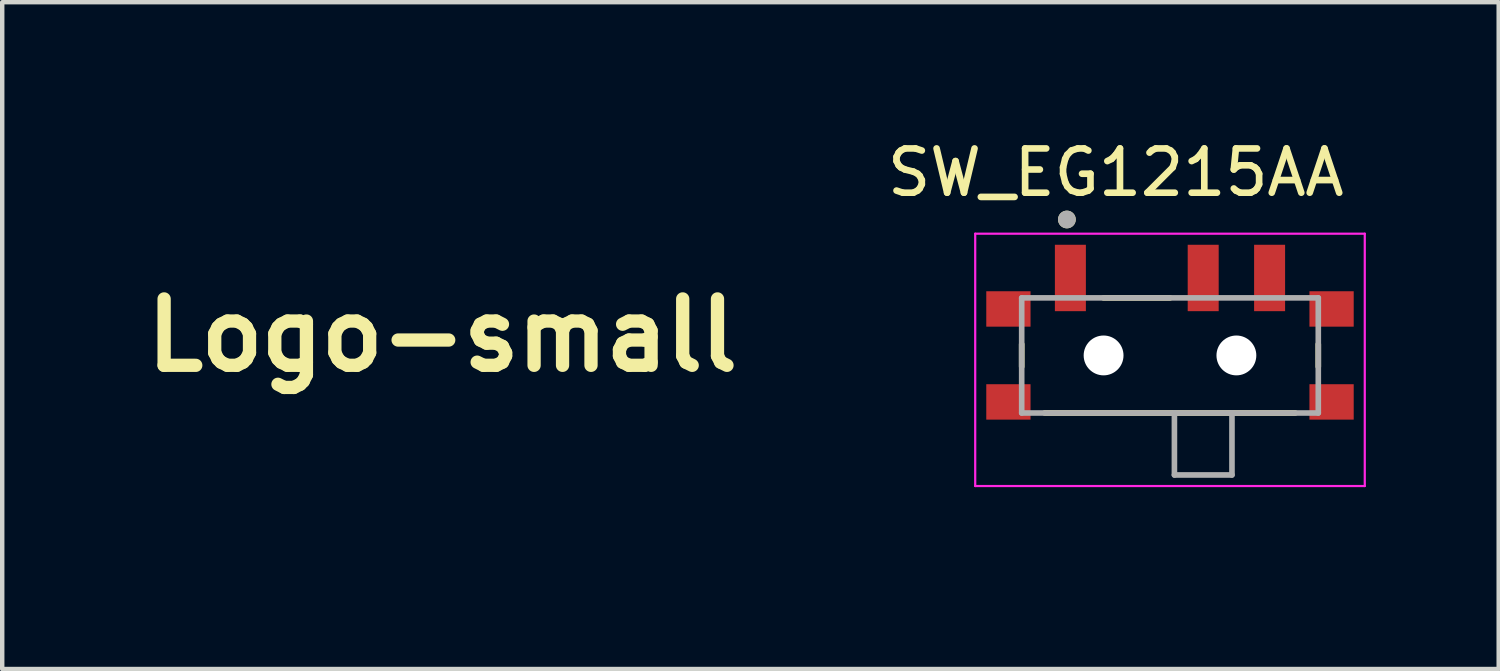
<source format=kicad_pcb>
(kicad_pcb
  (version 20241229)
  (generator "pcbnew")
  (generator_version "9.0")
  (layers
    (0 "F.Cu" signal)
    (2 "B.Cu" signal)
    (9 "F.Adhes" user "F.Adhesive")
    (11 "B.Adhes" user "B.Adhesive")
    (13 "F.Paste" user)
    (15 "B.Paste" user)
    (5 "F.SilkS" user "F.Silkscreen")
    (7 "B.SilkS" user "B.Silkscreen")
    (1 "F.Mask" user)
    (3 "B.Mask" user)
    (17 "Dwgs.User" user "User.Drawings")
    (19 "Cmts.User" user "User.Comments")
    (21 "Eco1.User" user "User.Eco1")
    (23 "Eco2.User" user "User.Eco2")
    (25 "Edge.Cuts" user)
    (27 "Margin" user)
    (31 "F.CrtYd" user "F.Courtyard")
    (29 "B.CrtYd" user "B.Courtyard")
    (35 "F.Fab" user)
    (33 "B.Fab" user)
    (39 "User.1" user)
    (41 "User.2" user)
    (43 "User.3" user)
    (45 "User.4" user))
  (footprint "SW_EG1215AA"
    (layer "F.Cu")
    (at 23.379 4.979)
    (property "Reference" "SW_EG1215AA" (at -1.225 -4.131 0) (layer "F.SilkS") (effects (font (size 1 1) (thickness 0.15))))
    (attr smd)
    (fp_line (start -3.35 -0.254) (end -3.35 0.254) (stroke (width 0.127) (type solid)) (layer "F.SilkS"))
    (fp_line (start -2.83 1.3) (end 2.83 1.3) (stroke (width 0.127) (type solid)) (layer "F.SilkS"))
    (fp_line (start -1.5 -1.3) (end 0 -1.3) (stroke (width 0.127) (type solid)) (layer "F.SilkS"))
    (fp_line (start 3.35 -0.254) (end 3.35 0.254) (stroke (width 0.127) (type solid)) (layer "F.SilkS"))
    (fp_circle (center -2.329 -3.071) (end -2.229 -3.071) (stroke (width 0.2) (type solid)) (fill no) (layer "F.SilkS"))
    (fp_line (start -4.4 -2.75) (end -4.4 2.95) (stroke (width 0.05) (type solid)) (layer "F.CrtYd"))
    (fp_line (start -4.4 2.95) (end 4.4 2.95) (stroke (width 0.05) (type solid)) (layer "F.CrtYd"))
    (fp_line (start 4.4 -2.75) (end -4.4 -2.75) (stroke (width 0.05) (type solid)) (layer "F.CrtYd"))
    (fp_line (start 4.4 2.95) (end 4.4 -2.75) (stroke (width 0.05) (type solid)) (layer "F.CrtYd"))
    (fp_line (start -3.35 -1.3) (end 3.35 -1.3) (stroke (width 0.127) (type solid)) (layer "F.Fab"))
    (fp_line (start -3.35 1.3) (end -3.35 -1.3) (stroke (width 0.127) (type solid)) (layer "F.Fab"))
    (fp_line (start 0.1 1.3) (end -3.35 1.3) (stroke (width 0.127) (type solid)) (layer "F.Fab"))
    (fp_line (start 0.1 1.3) (end 0.1 2.7) (stroke (width 0.127) (type solid)) (layer "F.Fab"))
    (fp_line (start 0.1 1.3) (end 1.4 1.3) (stroke (width 0.127) (type solid)) (layer "F.Fab"))
    (fp_line (start 0.1 2.7) (end 1.4 2.7) (stroke (width 0.127) (type solid)) (layer "F.Fab"))
    (fp_line (start 1.4 2.7) (end 1.4 1.3) (stroke (width 0.127) (type solid)) (layer "F.Fab"))
    (fp_line (start 3.35 -1.3) (end 3.35 1.3) (stroke (width 0.127) (type solid)) (layer "F.Fab"))
    (fp_line (start 3.35 1.3) (end 1.4 1.3) (stroke (width 0.127) (type solid)) (layer "F.Fab"))
    (fp_circle (center -2.329 -3.071) (end -2.229 -3.071) (stroke (width 0.2) (type solid)) (fill no) (layer "F.Fab"))
    (pad "" np_thru_hole circle (at -1.5 0) (size 0.9 0.9) (drill 0.9) (layers "*.Cu" "*.Mask"))
    (pad "" np_thru_hole circle (at 1.5 0) (size 0.9 0.9) (drill 0.9) (layers "*.Cu" "*.Mask"))
    (pad "1" smd rect (at -2.25 -1.75) (size 0.7 1.5) (layers "F.Cu" "F.Mask" "F.Paste"))
    (pad "2" smd rect (at 0.75 -1.75) (size 0.7 1.5) (layers "F.Cu" "F.Mask" "F.Paste"))
    (pad "3" smd rect (at 2.25 -1.75) (size 0.7 1.5) (layers "F.Cu" "F.Mask" "F.Paste"))
    (pad "S1" smd rect (at -3.65 -1.05) (size 1 0.8) (layers "F.Cu" "F.Mask" "F.Paste"))
    (pad "S2" smd rect (at -3.65 1.05) (size 1 0.8) (layers "F.Cu" "F.Mask" "F.Paste"))
    (pad "S3" smd rect (at 3.65 1.05) (size 1 0.8) (layers "F.Cu" "F.Mask" "F.Paste"))
    (pad "S4" smd rect (at 3.65 -1.05) (size 1 0.8) (layers "F.Cu" "F.Mask" "F.Paste")))
  (footprint "Logo-small"
    (layer "F.Cu")
    (at 6.943 4.524)
    (property "Reference" "Logo-small" (at 0 0 0) (layer "F.SilkS") (effects (font (size 1.5 1.5) (thickness 0.3))))
    (attr board_only exclude_from_pos_files exclude_from_bom)
    (fp_poly (pts (xy 1.279 2.668) (xy 1.771 2.677) (xy 2.242 2.692) (xy 2.697 2.714) (xy 3.143 2.743) (xy 3.584 2.779) (xy 4.025 2.823) (xy 4.471 2.874) (xy 4.498 2.878) (xy 4.623 2.893) (xy 4.72 2.905) (xy 4.794 2.915) (xy 4.848 2.927) (xy 4.886 2.942) (xy 4.911 2.963) (xy 4.929 2.99) (xy 4.941 3.027) (xy 4.952 3.076) (xy 4.965 3.138) (xy 4.966 3.142) (xy 4.98 3.212) (xy 4.991 3.293) (xy 4.998 3.393) (xy 5.004 3.515) (xy 5.006 3.575) (xy 5.009 3.738) (xy 5.006 3.88) (xy 4.998 4.013) (xy 4.982 4.148) (xy 4.959 4.295) (xy 4.946 4.363) (xy 4.931 4.44) (xy 4.919 4.491) (xy 4.909 4.521) (xy 4.897 4.535) (xy 4.883 4.54) (xy 4.881 4.54) (xy 4.857 4.538) (xy 4.807 4.532) (xy 4.735 4.524) (xy 4.646 4.513) (xy 4.546 4.5) (xy 4.487 4.493) (xy 3.997 4.434) (xy 3.482 4.383) (xy 2.949 4.339) (xy 2.404 4.302) (xy 2.089 4.285) (xy 1.972 4.281) (xy 1.827 4.277) (xy 1.66 4.273) (xy 1.475 4.271) (xy 1.275 4.269) (xy 1.065 4.267) (xy 0.849 4.266) (xy 0.631 4.266) (xy 0.415 4.267) (xy 0.206 4.268) (xy 0.007 4.271) (xy -0.177 4.273) (xy -0.343 4.277) (xy -0.485 4.281) (xy -0.601 4.285) (xy -0.605 4.286) (xy -1.229 4.321) (xy -1.822 4.363) (xy -2.384 4.41) (xy -2.915 4.463) (xy -3.306 4.509) (xy -3.415 4.522) (xy -3.498 4.532) (xy -3.558 4.537) (xy -3.599 4.536) (xy -3.626 4.528) (xy -3.643 4.511) (xy -3.654 4.486) (xy -3.664 4.45) (xy -3.673 4.418) (xy -3.707 4.281) (xy -3.732 4.155) (xy -3.748 4.03) (xy -3.758 3.895) (xy -3.761 3.741) (xy -3.761 3.715) (xy -3.76 3.581) (xy -3.754 3.468) (xy -3.744 3.368) (xy -3.727 3.27) (xy -3.703 3.165) (xy -3.673 3.053) (xy -3.641 2.941) (xy -3.45 2.916) (xy -2.879 2.846) (xy -2.294 2.788) (xy -1.69 2.741) (xy -1.067 2.706) (xy -0.421 2.681) (xy 0.25 2.668) (xy 0.762 2.665)) (stroke (width 0) (type solid)) (fill yes) (layer "F.Mask"))
    (fp_poly (pts (xy -2.572 -4.521) (xy -2.419 -4.514) (xy -2.282 -4.501) (xy -2.154 -4.482) (xy -2.027 -4.455) (xy -1.964 -4.439) (xy -1.708 -4.359) (xy -1.45 -4.25) (xy -1.194 -4.118) (xy -0.945 -3.965) (xy -0.707 -3.793) (xy -0.485 -3.607) (xy -0.285 -3.409) (xy -0.124 -3.22) (xy 0.05 -2.978) (xy 0.206 -2.723) (xy 0.343 -2.457) (xy 0.459 -2.186) (xy 0.554 -1.912) (xy 0.626 -1.639) (xy 0.675 -1.37) (xy 0.698 -1.109) (xy 0.695 -0.858) (xy 0.692 -0.818) (xy 0.654 -0.562) (xy 0.586 -0.306) (xy 0.488 -0.052) (xy 0.36 0.198) (xy 0.205 0.441) (xy 0.163 0.497) (xy 0.103 0.569) (xy 0.032 0.651) (xy -0.046 0.737) (xy -0.126 0.822) (xy -0.141 0.838) (xy -0.234 0.935) (xy -0.309 1.015) (xy -0.368 1.082) (xy -0.415 1.14) (xy -0.453 1.194) (xy -0.487 1.248) (xy -0.52 1.307) (xy -0.539 1.345) (xy -0.559 1.389) (xy -0.583 1.452) (xy -0.61 1.527) (xy -0.637 1.606) (xy -0.663 1.685) (xy -0.684 1.755) (xy -0.699 1.811) (xy -0.706 1.846) (xy -0.706 1.851) (xy -0.699 1.842) (xy -0.681 1.81) (xy -0.654 1.76) (xy -0.62 1.696) (xy -0.616 1.689) (xy -0.555 1.574) (xy -0.5 1.483) (xy -0.491 1.469) (xy 2.702 1.469) (xy 2.71 1.477) (xy 2.718 1.469) (xy 2.71 1.461) (xy 2.702 1.469) (xy -0.491 1.469) (xy -0.448 1.406) (xy -0.394 1.338) (xy -0.332 1.272) (xy -0.33 1.27) (xy -0.206 1.163) (xy -0.068 1.077) (xy 0.086 1.012) (xy 0.257 0.968) (xy 0.447 0.944) (xy 0.658 0.941) (xy 0.89 0.957) (xy 1.132 0.991) (xy 1.252 1.01) (xy 1.349 1.023) (xy 1.431 1.031) (xy 1.505 1.035) (xy 1.578 1.034) (xy 1.588 1.034) (xy 1.665 1.031) (xy 1.721 1.026) (xy 1.766 1.016) (xy 1.81 0.999) (xy 1.864 0.973) (xy 1.879 0.966) (xy 1.973 0.909) (xy 2.071 0.832) (xy 2.164 0.744) (xy 2.247 0.651) (xy 2.31 0.561) (xy 2.322 0.538) (xy 2.345 0.493) (xy 2.361 0.448) (xy 2.373 0.397) (xy 2.384 0.332) (xy 2.395 0.244) (xy 2.396 0.232) (xy 2.412 0.098) (xy 2.429 -0.012) (xy 2.449 -0.106) (xy 2.474 -0.193) (xy 2.507 -0.278) (xy 2.549 -0.371) (xy 2.571 -0.416) (xy 2.631 -0.547) (xy 2.673 -0.658) (xy 2.696 -0.738) (xy 2.712 -0.862) (xy 2.709 -0.99) (xy 2.686 -1.125) (xy 2.643 -1.271) (xy 2.578 -1.432) (xy 2.501 -1.592) (xy 2.458 -1.677) (xy 2.426 -1.738) (xy 2.406 -1.78) (xy 2.394 -1.805) (xy 2.39 -1.817) (xy 2.391 -1.822) (xy 2.396 -1.822) (xy 2.4 -1.822) (xy 2.416 -1.809) (xy 2.444 -1.773) (xy 2.482 -1.719) (xy 2.527 -1.651) (xy 2.575 -1.574) (xy 2.624 -1.492) (xy 2.672 -1.41) (xy 2.715 -1.332) (xy 2.737 -1.29) (xy 2.782 -1.197) (xy 2.82 -1.111) (xy 2.852 -1.025) (xy 2.881 -0.932) (xy 2.908 -0.827) (xy 2.935 -0.703) (xy 2.961 -0.573) (xy 2.995 -0.409) (xy 3.029 -0.272) (xy 3.065 -0.161) (xy 3.102 -0.073) (xy 3.142 -0.003) (xy 3.167 0.029) (xy 3.205 0.071) (xy 3.237 0.1) (xy 3.258 0.114) (xy 3.266 0.112) (xy 3.256 0.092) (xy 3.233 0.061) (xy 3.163 -0.038) (xy 3.12 -0.131) (xy 3.103 -0.225) (xy 3.11 -0.326) (xy 3.119 -0.37) (xy 3.138 -0.487) (xy 3.146 -0.626) (xy 3.143 -0.781) (xy 3.131 -0.944) (xy 3.109 -1.109) (xy 3.078 -1.269) (xy 3.041 -1.417) (xy 2.996 -1.547) (xy 2.974 -1.599) (xy 2.954 -1.646) (xy 2.942 -1.684) (xy 2.941 -1.7) (xy 2.951 -1.696) (xy 2.971 -1.666) (xy 3.002 -1.614) (xy 3.041 -1.543) (xy 3.087 -1.457) (xy 3.137 -1.359) (xy 3.191 -1.251) (xy 3.246 -1.139) (xy 3.302 -1.023) (xy 3.356 -0.909) (xy 3.407 -0.799) (xy 3.453 -0.696) (xy 3.493 -0.604) (xy 3.515 -0.548) (xy 3.574 -0.394) (xy 3.617 -0.262) (xy 3.647 -0.149) (xy 3.665 -0.049) (xy 3.669 -0.015) (xy 3.677 0.069) (xy 3.685 0.13) (xy 3.697 0.173) (xy 3.713 0.207) (xy 3.737 0.239) (xy 3.749 0.252) (xy 3.788 0.287) (xy 3.845 0.33) (xy 3.91 0.373) (xy 3.942 0.392) (xy 4.032 0.446) (xy 4.107 0.499) (xy 4.171 0.554) (xy 4.229 0.617) (xy 4.285 0.693) (xy 4.343 0.787) (xy 4.407 0.903) (xy 4.429 0.945) (xy 4.508 1.104) (xy 4.567 1.244) (xy 4.607 1.362) (xy 4.626 1.459) (xy 4.625 1.533) (xy 4.625 1.533) (xy 4.599 1.592) (xy 4.548 1.653) (xy 4.476 1.711) (xy 4.39 1.763) (xy 4.293 1.805) (xy 4.213 1.828) (xy 4.157 1.843) (xy 4.124 1.862) (xy 4.104 1.888) (xy 4.103 1.89) (xy 4.085 1.92) (xy 4.063 1.941) (xy 4.031 1.953) (xy 3.984 1.958) (xy 3.917 1.956) (xy 3.825 1.949) (xy 3.82 1.948) (xy 3.606 1.922) (xy 3.418 1.885) (xy 3.252 1.834) (xy 3.102 1.768) (xy 2.964 1.687) (xy 2.877 1.622) (xy 2.814 1.572) (xy 2.775 1.541) (xy 2.759 1.531) (xy 2.766 1.542) (xy 2.796 1.573) (xy 2.849 1.625) (xy 2.856 1.632) (xy 2.956 1.72) (xy 3.065 1.794) (xy 3.187 1.857) (xy 3.33 1.912) (xy 3.453 1.95) (xy 3.56 1.984) (xy 3.638 2.018) (xy 3.69 2.055) (xy 3.716 2.101) (xy 3.721 2.158) (xy 3.706 2.23) (xy 3.674 2.318) (xy 3.649 2.386) (xy 3.635 2.439) (xy 3.63 2.492) (xy 3.631 2.559) (xy 3.631 2.559) (xy 3.633 2.619) (xy 3.632 2.655) (xy 3.626 2.671) (xy 3.613 2.676) (xy 3.605 2.675) (xy 3.578 2.672) (xy 3.527 2.666) (xy 3.459 2.658) (xy 3.38 2.649) (xy 3.369 2.648) (xy 3.207 2.63) (xy 3.029 2.615) (xy 2.833 2.601) (xy 2.617 2.59) (xy 2.38 2.58) (xy 2.121 2.572) (xy 1.838 2.565) (xy 1.528 2.56) (xy 1.191 2.557) (xy 0.825 2.555) (xy 0.699 2.555) (xy 0.455 2.555) (xy 0.237 2.555) (xy 0.043 2.556) (xy -0.133 2.557) (xy -0.294 2.56) (xy -0.445 2.563) (xy -0.591 2.568) (xy -0.735 2.574) (xy -0.881 2.581) (xy -1.035 2.589) (xy -1.199 2.599) (xy -1.38 2.611) (xy -1.453 2.616) (xy -1.547 2.623) (xy -1.656 2.632) (xy -1.776 2.641) (xy -1.903 2.652) (xy -2.032 2.664) (xy -2.159 2.675) (xy -2.28 2.687) (xy -2.39 2.697) (xy -2.485 2.707) (xy -2.56 2.715) (xy -2.611 2.721) (xy -2.631 2.724) (xy -2.666 2.724) (xy -2.712 2.714) (xy -2.725 2.709) (xy -2.763 2.692) (xy -2.8 2.666) (xy -2.84 2.626) (xy -2.885 2.57) (xy -2.937 2.493) (xy -3.001 2.394) (xy -3.02 2.364) (xy -3.109 2.215) (xy -3.185 2.074) (xy -3.248 1.946) (xy -3.294 1.833) (xy -3.321 1.744) (xy -3.342 1.632) (xy -3.358 1.505) (xy -3.368 1.375) (xy -3.371 1.254) (xy -3.368 1.178) (xy -3.35 0.994) (xy -3.319 0.818) (xy -3.275 0.645) (xy -3.216 0.469) (xy -3.14 0.284) (xy -3.046 0.084) (xy -2.994 -0.017) (xy -2.896 -0.215) (xy -2.808 -0.414) (xy -2.731 -0.611) (xy -2.667 -0.801) (xy -2.617 -0.98) (xy -2.582 -1.144) (xy -2.563 -1.289) (xy -2.56 -1.358) (xy -2.571 -1.506) (xy -2.603 -1.652) (xy -2.659 -1.803) (xy -2.687 -1.863) (xy -2.782 -2.026) (xy -2.905 -2.174) (xy -3.053 -2.305) (xy -3.224 -2.42) (xy -3.419 -2.516) (xy -3.634 -2.592) (xy -3.658 -2.599) (xy -3.773 -2.629) (xy -3.895 -2.654) (xy -4.028 -2.675) (xy -4.181 -2.693) (xy -4.359 -2.709) (xy -4.368 -2.71) (xy -4.483 -2.72) (xy -4.571 -2.73) (xy -4.638 -2.741) (xy -4.689 -2.752) (xy -4.728 -2.766) (xy -4.73 -2.767) (xy -4.806 -2.813) (xy -4.878 -2.88) (xy -4.937 -2.958) (xy -4.97 -3.027) (xy -4.987 -3.104) (xy -4.994 -3.198) (xy -4.991 -3.296) (xy -4.977 -3.384) (xy -4.972 -3.402) (xy -4.922 -3.523) (xy -4.845 -3.647) (xy -4.744 -3.771) (xy -4.622 -3.893) (xy -4.484 -4.011) (xy -4.331 -4.121) (xy -4.169 -4.221) (xy -4 -4.308) (xy -3.828 -4.38) (xy -3.657 -4.433) (xy -3.636 -4.438) (xy -3.441 -4.477) (xy -3.224 -4.504) (xy -2.983 -4.52) (xy -2.749 -4.524)) (stroke (width 0) (type solid)) (fill yes) (layer "F.Mask")))
  (gr_rect
    (start -3 -3)
    (end 30.804 12.063)
    (stroke (width 0.1) (type default))
    (fill no)
    (layer "Edge.Cuts")))
</source>
